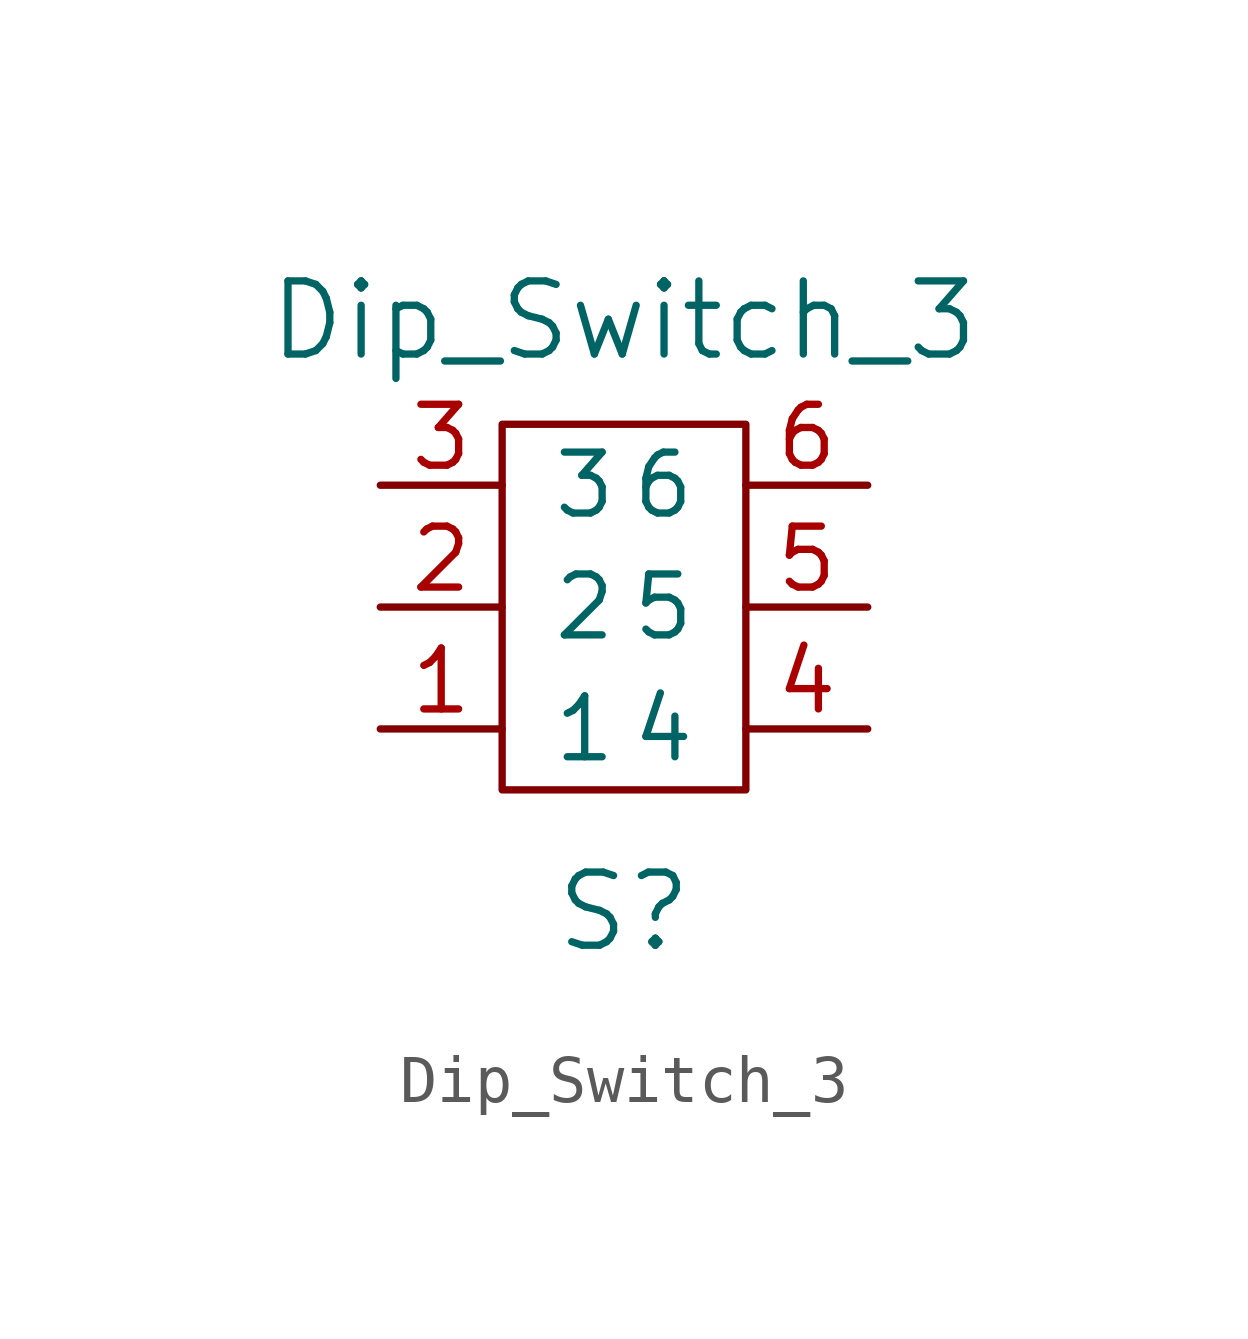
<source format=kicad_sym>
(kicad_symbol_lib
  (version 20220914)
  (generator kicad_symbol_editor)
  (symbol "Dip_Switch_3"
    (pin_names
      (offset 1.016))
    (property "Reference" "S"
      (at 0 -6.35 0)
      (effects (font (size 1.524 1.524))))
    (property "Value" "Dip_Switch_3"
      (at 0 5.08 0)
      (effects (font (size 1.524 1.524)) (justify bottom)))
    (symbol "Dip_Switch_3_0_1"
      (rectangle (start -2.54 -3.81) (end 2.54 3.81) (stroke (width 0) (type solid)) (fill (type none))))
    (symbol "Dip_Switch_3_1_1"
      (pin input line (at -5.08 -2.54 0) (length 2.54) (name "1" (effects (font (size 1.27 1.27)))) (number "1" (effects (font (size 1.27 1.27)))))
      (pin input line (at -5.08 0 0) (length 2.54) (name "2" (effects (font (size 1.27 1.27)))) (number "2" (effects (font (size 1.27 1.27)))))
      (pin input line (at -5.08 2.54 0) (length 2.54) (name "3" (effects (font (size 1.27 1.27)))) (number "3" (effects (font (size 1.27 1.27)))))
      (pin input line (at 5.08 -2.54 180) (length 2.54) (name "4" (effects (font (size 1.27 1.27)))) (number "4" (effects (font (size 1.27 1.27)))))
      (pin input line (at 5.08 0 180) (length 2.54) (name "5" (effects (font (size 1.27 1.27)))) (number "5" (effects (font (size 1.27 1.27)))))
      (pin input line (at 5.08 2.54 180) (length 2.54) (name "6" (effects (font (size 1.27 1.27)))) (number "6" (effects (font (size 1.27 1.27))))))))
</source>
